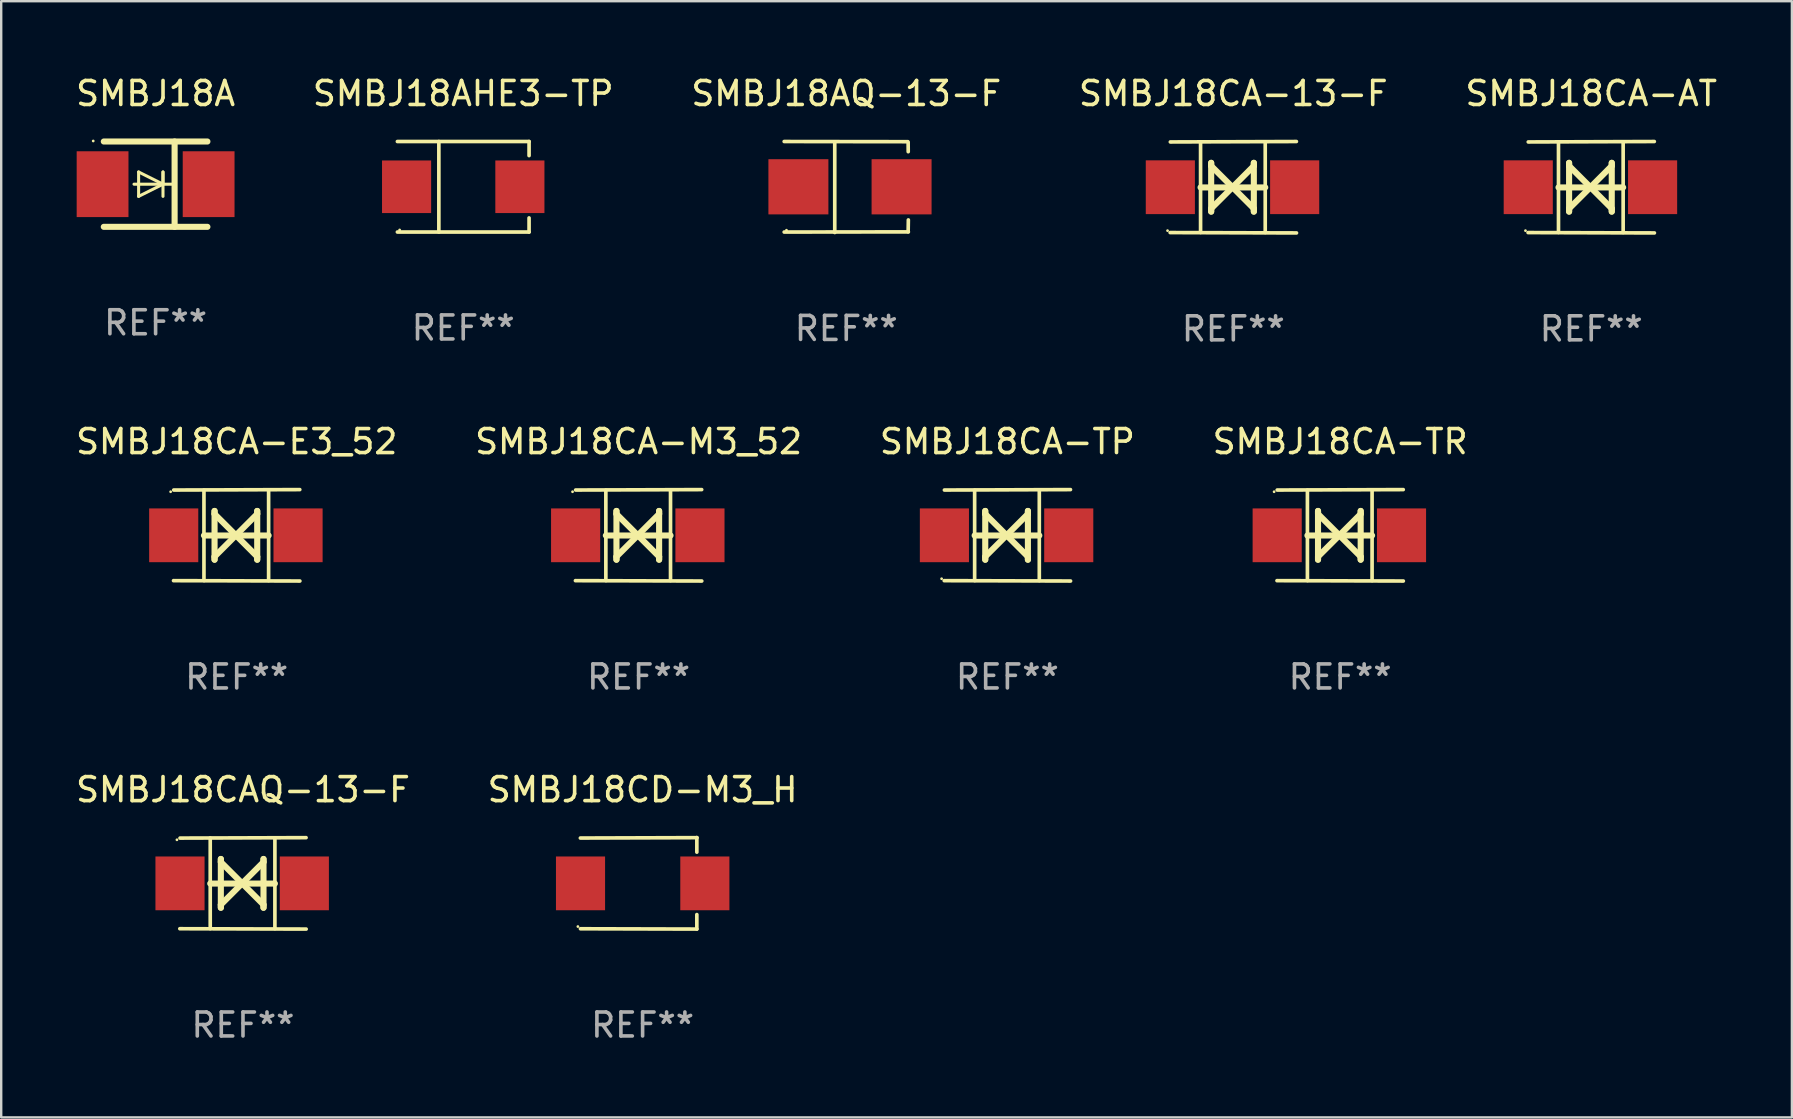
<source format=kicad_pcb>
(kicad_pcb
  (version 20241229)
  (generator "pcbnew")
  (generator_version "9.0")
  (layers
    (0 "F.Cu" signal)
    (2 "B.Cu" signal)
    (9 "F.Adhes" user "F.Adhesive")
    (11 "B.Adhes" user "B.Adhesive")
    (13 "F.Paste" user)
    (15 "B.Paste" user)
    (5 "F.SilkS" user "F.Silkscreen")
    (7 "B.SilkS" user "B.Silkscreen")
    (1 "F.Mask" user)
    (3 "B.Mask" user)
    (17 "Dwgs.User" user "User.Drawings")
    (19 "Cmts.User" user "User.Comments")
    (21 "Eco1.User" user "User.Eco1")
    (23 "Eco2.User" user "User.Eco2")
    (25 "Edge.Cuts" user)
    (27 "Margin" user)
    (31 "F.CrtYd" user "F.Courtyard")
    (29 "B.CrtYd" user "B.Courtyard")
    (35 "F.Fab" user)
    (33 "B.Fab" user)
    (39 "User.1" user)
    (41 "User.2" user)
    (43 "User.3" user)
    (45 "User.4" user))
  (footprint "SMBJ18CA-AT"
    (layer "F.Cu")
    (at 63.268 4.753)
    (property "Reference" "SMBJ18CA-AT" (at 0 -3.905 0) (layer "F.SilkS") (effects (font (size 1 1) (thickness 0.15))))
    (attr through_hole)
    (fp_line (start -1.365 1.886) (end -1.365 -1.886) (stroke (width 0.152) (type solid)) (layer "F.SilkS"))
    (fp_line (start -1.365 0.008) (end 1.33 0.008) (stroke (width 0.254) (type solid)) (layer "F.SilkS"))
    (fp_line (start -0.923 -1.016) (end -0.923 1.016) (stroke (width 0.254) (type solid)) (layer "F.SilkS"))
    (fp_line (start -0.923 -0.889) (end -0.923 -1.016) (stroke (width 0.254) (type solid)) (layer "F.SilkS"))
    (fp_line (start -0.923 0.889) (end -0.034 0) (stroke (width 0.254) (type solid)) (layer "F.SilkS"))
    (fp_line (start -0.923 1.016) (end -0.923 0.889) (stroke (width 0.254) (type solid)) (layer "F.SilkS"))
    (fp_line (start -0.034 0) (end -0.923 -0.889) (stroke (width 0.254) (type solid)) (layer "F.SilkS"))
    (fp_line (start -0.034 0) (end 0.855 0.889) (stroke (width 0.254) (type solid)) (layer "F.SilkS"))
    (fp_line (start 0.855 -1.016) (end 0.855 -0.889) (stroke (width 0.254) (type solid)) (layer "F.SilkS"))
    (fp_line (start 0.855 -0.889) (end -0.034 0) (stroke (width 0.254) (type solid)) (layer "F.SilkS"))
    (fp_line (start 0.855 0.889) (end 0.855 1.016) (stroke (width 0.254) (type solid)) (layer "F.SilkS"))
    (fp_line (start 0.855 1.016) (end 0.855 -1.016) (stroke (width 0.254) (type solid)) (layer "F.SilkS"))
    (fp_line (start 1.33 1.886) (end 1.33 -1.886) (stroke (width 0.152) (type solid)) (layer "F.SilkS"))
    (fp_line (start 2.629 -1.905) (end -2.625 -1.887) (stroke (width 0.152) (type solid)) (layer "F.SilkS"))
    (fp_line (start 2.633 1.905) (end -2.633 1.89) (stroke (width 0.152) (type solid)) (layer "F.SilkS"))
    (fp_circle (center -2.741 1.81) (end -2.711 1.81) (stroke (width 0.06) (type solid)) (fill no) (layer "F.SilkS"))
    (fp_text user "REF**" (at 0 5.905 0) (layer "F.Fab") (effects (font (size 1 1) (thickness 0.15))))
    (pad "1" smd rect (at -2.625 0) (size 2.047 2.241) (layers "F.Cu" "F.Mask" "F.Paste"))
    (pad "2" smd rect (at 2.557 0) (size 2.047 2.241) (layers "F.Cu" "F.Mask" "F.Paste")))
  (footprint "SMBJ18CA-13-F"
    (layer "F.Cu")
    (at 48.351 4.753)
    (property "Reference" "SMBJ18CA-13-F" (at 0 -3.905 0) (layer "F.SilkS") (effects (font (size 1 1) (thickness 0.15))))
    (attr through_hole)
    (fp_line (start -1.365 1.886) (end -1.365 -1.886) (stroke (width 0.152) (type solid)) (layer "F.SilkS"))
    (fp_line (start -1.365 0.008) (end 1.33 0.008) (stroke (width 0.254) (type solid)) (layer "F.SilkS"))
    (fp_line (start -0.923 -1.016) (end -0.923 1.016) (stroke (width 0.254) (type solid)) (layer "F.SilkS"))
    (fp_line (start -0.923 -0.889) (end -0.923 -1.016) (stroke (width 0.254) (type solid)) (layer "F.SilkS"))
    (fp_line (start -0.923 0.889) (end -0.034 0) (stroke (width 0.254) (type solid)) (layer "F.SilkS"))
    (fp_line (start -0.923 1.016) (end -0.923 0.889) (stroke (width 0.254) (type solid)) (layer "F.SilkS"))
    (fp_line (start -0.034 0) (end -0.923 -0.889) (stroke (width 0.254) (type solid)) (layer "F.SilkS"))
    (fp_line (start -0.034 0) (end 0.855 0.889) (stroke (width 0.254) (type solid)) (layer "F.SilkS"))
    (fp_line (start 0.855 -1.016) (end 0.855 -0.889) (stroke (width 0.254) (type solid)) (layer "F.SilkS"))
    (fp_line (start 0.855 -0.889) (end -0.034 0) (stroke (width 0.254) (type solid)) (layer "F.SilkS"))
    (fp_line (start 0.855 0.889) (end 0.855 1.016) (stroke (width 0.254) (type solid)) (layer "F.SilkS"))
    (fp_line (start 0.855 1.016) (end 0.855 -1.016) (stroke (width 0.254) (type solid)) (layer "F.SilkS"))
    (fp_line (start 1.33 1.886) (end 1.33 -1.886) (stroke (width 0.152) (type solid)) (layer "F.SilkS"))
    (fp_line (start 2.629 -1.905) (end -2.625 -1.887) (stroke (width 0.152) (type solid)) (layer "F.SilkS"))
    (fp_line (start 2.633 1.905) (end -2.633 1.89) (stroke (width 0.152) (type solid)) (layer "F.SilkS"))
    (fp_circle (center -2.741 1.81) (end -2.711 1.81) (stroke (width 0.06) (type solid)) (fill no) (layer "F.SilkS"))
    (fp_text user "REF**" (at 0 5.905 0) (layer "F.Fab") (effects (font (size 1 1) (thickness 0.15))))
    (pad "1" smd rect (at -2.625 0) (size 2.047 2.241) (layers "F.Cu" "F.Mask" "F.Paste"))
    (pad "2" smd rect (at 2.557 0) (size 2.047 2.241) (layers "F.Cu" "F.Mask" "F.Paste")))
  (footprint "SMBJ18CA-M3_52"
    (layer "F.Cu")
    (at 23.565 19.26)
    (property "Reference" "SMBJ18CA-M3_52" (at 0 -3.905 0) (layer "F.SilkS") (effects (font (size 1 1) (thickness 0.15))))
    (attr through_hole)
    (fp_line (start -1.365 1.886) (end -1.365 -1.886) (stroke (width 0.152) (type solid)) (layer "F.SilkS"))
    (fp_line (start -1.365 0.008) (end 1.33 0.008) (stroke (width 0.254) (type solid)) (layer "F.SilkS"))
    (fp_line (start -0.923 -1.016) (end -0.923 1.016) (stroke (width 0.254) (type solid)) (layer "F.SilkS"))
    (fp_line (start -0.923 -0.889) (end -0.923 -1.016) (stroke (width 0.254) (type solid)) (layer "F.SilkS"))
    (fp_line (start -0.923 0.889) (end -0.034 0) (stroke (width 0.254) (type solid)) (layer "F.SilkS"))
    (fp_line (start -0.923 1.016) (end -0.923 0.889) (stroke (width 0.254) (type solid)) (layer "F.SilkS"))
    (fp_line (start -0.034 0) (end -0.923 -0.889) (stroke (width 0.254) (type solid)) (layer "F.SilkS"))
    (fp_line (start -0.034 0) (end 0.855 0.889) (stroke (width 0.254) (type solid)) (layer "F.SilkS"))
    (fp_line (start 0.855 -1.016) (end 0.855 -0.889) (stroke (width 0.254) (type solid)) (layer "F.SilkS"))
    (fp_line (start 0.855 -0.889) (end -0.034 0) (stroke (width 0.254) (type solid)) (layer "F.SilkS"))
    (fp_line (start 0.855 0.889) (end 0.855 1.016) (stroke (width 0.254) (type solid)) (layer "F.SilkS"))
    (fp_line (start 0.855 1.016) (end 0.855 -1.016) (stroke (width 0.254) (type solid)) (layer "F.SilkS"))
    (fp_line (start 1.33 1.886) (end 1.33 -1.886) (stroke (width 0.152) (type solid)) (layer "F.SilkS"))
    (fp_line (start 2.629 -1.905) (end -2.625 -1.887) (stroke (width 0.152) (type solid)) (layer "F.SilkS"))
    (fp_line (start 2.633 1.905) (end -2.633 1.89) (stroke (width 0.152) (type solid)) (layer "F.SilkS"))
    (fp_circle (center -2.753 -1.816) (end -2.723 -1.816) (stroke (width 0.06) (type solid)) (fill no) (layer "F.SilkS"))
    (fp_text user "REF**" (at 0 5.905 0) (layer "F.Fab") (effects (font (size 1 1) (thickness 0.15))))
    (pad "1" smd rect (at -2.625 0) (size 2.047 2.241) (layers "F.Cu" "F.Mask" "F.Paste"))
    (pad "2" smd rect (at 2.557 0) (size 2.047 2.241) (layers "F.Cu" "F.Mask" "F.Paste")))
  (footprint "SMBJ18A"
    (layer "F.Cu")
    (at 3.435 4.626)
    (property "Reference" "SMBJ18A" (at 0 -3.778 0) (layer "F.SilkS") (effects (font (size 1 1) (thickness 0.15))))
    (attr through_hole)
    (fp_line (start -2.159 -1.778) (end 2.159 -1.778) (stroke (width 0.254) (type solid)) (layer "F.SilkS"))
    (fp_line (start -0.9 0) (end 0.816 0) (stroke (width 0.127) (type solid)) (layer "F.SilkS"))
    (fp_line (start -0.708 -0.508) (end -0.708 0.508) (stroke (width 0.127) (type solid)) (layer "F.SilkS"))
    (fp_line (start -0.708 0.508) (end 0.308 0) (stroke (width 0.127) (type solid)) (layer "F.SilkS"))
    (fp_line (start 0.308 -0.508) (end 0.308 0.508) (stroke (width 0.127) (type solid)) (layer "F.SilkS"))
    (fp_line (start 0.308 0) (end -0.708 -0.508) (stroke (width 0.127) (type solid)) (layer "F.SilkS"))
    (fp_line (start 0.308 0) (end 0.308 -0.508) (stroke (width 0.127) (type solid)) (layer "F.SilkS"))
    (fp_line (start 0.792 -1.778) (end 0.792 1.778) (stroke (width 0.254) (type solid)) (layer "F.SilkS"))
    (fp_line (start 2.159 1.778) (end -2.159 1.778) (stroke (width 0.254) (type solid)) (layer "F.SilkS"))
    (fp_circle (center -2.6 -1.8) (end -2.57 -1.8) (stroke (width 0.06) (type solid)) (fill no) (layer "F.SilkS"))
    (fp_text user "REF**" (at 0 5.778 0) (layer "F.Fab") (effects (font (size 1 1) (thickness 0.15))))
    (pad "1" smd rect (at -2.21 0) (size 2.159 2.743) (layers "F.Cu" "F.Mask" "F.Paste"))
    (pad "2" smd rect (at 2.21 0) (size 2.159 2.743) (layers "F.Cu" "F.Mask" "F.Paste")))
  (footprint "SMBJ18CA-TR"
    (layer "F.Cu")
    (at 52.804 19.26)
    (property "Reference" "SMBJ18CA-TR" (at 0 -3.905 0) (layer "F.SilkS") (effects (font (size 1 1) (thickness 0.15))))
    (attr through_hole)
    (fp_line (start -1.365 1.886) (end -1.365 -1.886) (stroke (width 0.152) (type solid)) (layer "F.SilkS"))
    (fp_line (start -1.365 0.008) (end 1.33 0.008) (stroke (width 0.254) (type solid)) (layer "F.SilkS"))
    (fp_line (start -0.923 -1.016) (end -0.923 1.016) (stroke (width 0.254) (type solid)) (layer "F.SilkS"))
    (fp_line (start -0.923 -0.889) (end -0.923 -1.016) (stroke (width 0.254) (type solid)) (layer "F.SilkS"))
    (fp_line (start -0.923 0.889) (end -0.034 0) (stroke (width 0.254) (type solid)) (layer "F.SilkS"))
    (fp_line (start -0.923 1.016) (end -0.923 0.889) (stroke (width 0.254) (type solid)) (layer "F.SilkS"))
    (fp_line (start -0.034 0) (end -0.923 -0.889) (stroke (width 0.254) (type solid)) (layer "F.SilkS"))
    (fp_line (start -0.034 0) (end 0.855 0.889) (stroke (width 0.254) (type solid)) (layer "F.SilkS"))
    (fp_line (start 0.855 -1.016) (end 0.855 -0.889) (stroke (width 0.254) (type solid)) (layer "F.SilkS"))
    (fp_line (start 0.855 -0.889) (end -0.034 0) (stroke (width 0.254) (type solid)) (layer "F.SilkS"))
    (fp_line (start 0.855 0.889) (end 0.855 1.016) (stroke (width 0.254) (type solid)) (layer "F.SilkS"))
    (fp_line (start 0.855 1.016) (end 0.855 -1.016) (stroke (width 0.254) (type solid)) (layer "F.SilkS"))
    (fp_line (start 1.33 1.886) (end 1.33 -1.886) (stroke (width 0.152) (type solid)) (layer "F.SilkS"))
    (fp_line (start 2.629 -1.905) (end -2.625 -1.887) (stroke (width 0.152) (type solid)) (layer "F.SilkS"))
    (fp_line (start 2.633 1.905) (end -2.633 1.89) (stroke (width 0.152) (type solid)) (layer "F.SilkS"))
    (fp_circle (center -2.753 -1.816) (end -2.723 -1.816) (stroke (width 0.06) (type solid)) (fill no) (layer "F.SilkS"))
    (fp_text user "REF**" (at 0 5.905 0) (layer "F.Fab") (effects (font (size 1 1) (thickness 0.15))))
    (pad "1" smd rect (at -2.625 0) (size 2.047 2.241) (layers "F.Cu" "F.Mask" "F.Paste"))
    (pad "2" smd rect (at 2.557 0) (size 2.047 2.241) (layers "F.Cu" "F.Mask" "F.Paste")))
  (footprint "SMBJ18AHE3-TP"
    (layer "F.Cu")
    (at 16.256 4.734)
    (property "Reference" "SMBJ18AHE3-TP" (at 0 -3.886 0) (layer "F.SilkS") (effects (font (size 1 1) (thickness 0.15))))
    (attr through_hole)
    (fp_line (start -2.744 -1.886) (end 2.744 -1.886) (stroke (width 0.152) (type solid)) (layer "F.SilkS"))
    (fp_line (start -2.744 1.886) (end 2.744 1.886) (stroke (width 0.152) (type solid)) (layer "F.SilkS"))
    (fp_line (start -1.016 -1.886) (end -1.016 1.886) (stroke (width 0.152) (type solid)) (layer "F.SilkS"))
    (fp_line (start 2.744 -1.886) (end 2.744 -1.299) (stroke (width 0.152) (type solid)) (layer "F.SilkS"))
    (fp_line (start 2.744 1.886) (end 2.744 1.299) (stroke (width 0.152) (type solid)) (layer "F.SilkS"))
    (fp_circle (center -2.65 1.8) (end -2.62 1.8) (stroke (width 0.06) (type solid)) (fill no) (layer "F.SilkS"))
    (fp_text user "REF**" (at 0 5.886 0) (layer "F.Fab") (effects (font (size 1 1) (thickness 0.15))))
    (pad "1" smd rect (at -2.361 0) (size 2.047 2.192) (layers "F.Cu" "F.Mask" "F.Paste"))
    (pad "2" smd rect (at 2.361 0) (size 2.047 2.192) (layers "F.Cu" "F.Mask" "F.Paste")))
  (footprint "SMBJ18AQ-13-F"
    (layer "F.Cu")
    (at 32.22 4.744)
    (property "Reference" "SMBJ18AQ-13-F" (at 0 -3.896 0) (layer "F.SilkS") (effects (font (size 1 1) (thickness 0.15))))
    (attr through_hole)
    (fp_line (start -2.588 -1.896) (end 2.568 -1.889) (stroke (width 0.152) (type solid)) (layer "F.SilkS"))
    (fp_line (start -2.588 1.877) (end 2.588 1.87) (stroke (width 0.152) (type solid)) (layer "F.SilkS"))
    (fp_line (start -0.48 1.896) (end -0.48 -1.871) (stroke (width 0.152) (type solid)) (layer "F.SilkS"))
    (fp_line (start 2.579 -1.849) (end 2.582 -1.472) (stroke (width 0.152) (type solid)) (layer "F.SilkS"))
    (fp_line (start 2.579 1.867) (end 2.587 1.372) (stroke (width 0.152) (type solid)) (layer "F.SilkS"))
    (fp_circle (center -2.492 1.801) (end -2.462 1.801) (stroke (width 0.06) (type solid)) (fill no) (layer "F.SilkS"))
    (fp_text user "REF**" (at 0 5.896 0) (layer "F.Fab") (effects (font (size 1 1) (thickness 0.15))))
    (pad "1" smd rect (at -1.995 -0.009) (size 2.5 2.3) (layers "F.Cu" "F.Mask" "F.Paste"))
    (pad "2" smd rect (at 2.305 -0.009) (size 2.5 2.3) (layers "F.Cu" "F.Mask" "F.Paste")))
  (footprint "SMBJ18CA-TP"
    (layer "F.Cu")
    (at 38.935 19.26)
    (property "Reference" "SMBJ18CA-TP" (at 0 -3.905 0) (layer "F.SilkS") (effects (font (size 1 1) (thickness 0.15))))
    (attr through_hole)
    (fp_line (start -1.365 1.886) (end -1.365 -1.886) (stroke (width 0.152) (type solid)) (layer "F.SilkS"))
    (fp_line (start -1.365 0.008) (end 1.33 0.008) (stroke (width 0.254) (type solid)) (layer "F.SilkS"))
    (fp_line (start -0.923 -1.016) (end -0.923 1.016) (stroke (width 0.254) (type solid)) (layer "F.SilkS"))
    (fp_line (start -0.923 -0.889) (end -0.923 -1.016) (stroke (width 0.254) (type solid)) (layer "F.SilkS"))
    (fp_line (start -0.923 0.889) (end -0.034 0) (stroke (width 0.254) (type solid)) (layer "F.SilkS"))
    (fp_line (start -0.923 1.016) (end -0.923 0.889) (stroke (width 0.254) (type solid)) (layer "F.SilkS"))
    (fp_line (start -0.034 0) (end -0.923 -0.889) (stroke (width 0.254) (type solid)) (layer "F.SilkS"))
    (fp_line (start -0.034 0) (end 0.855 0.889) (stroke (width 0.254) (type solid)) (layer "F.SilkS"))
    (fp_line (start 0.855 -1.016) (end 0.855 -0.889) (stroke (width 0.254) (type solid)) (layer "F.SilkS"))
    (fp_line (start 0.855 -0.889) (end -0.034 0) (stroke (width 0.254) (type solid)) (layer "F.SilkS"))
    (fp_line (start 0.855 0.889) (end 0.855 1.016) (stroke (width 0.254) (type solid)) (layer "F.SilkS"))
    (fp_line (start 0.855 1.016) (end 0.855 -1.016) (stroke (width 0.254) (type solid)) (layer "F.SilkS"))
    (fp_line (start 1.33 1.886) (end 1.33 -1.886) (stroke (width 0.152) (type solid)) (layer "F.SilkS"))
    (fp_line (start 2.629 -1.905) (end -2.625 -1.887) (stroke (width 0.152) (type solid)) (layer "F.SilkS"))
    (fp_line (start 2.633 1.905) (end -2.633 1.89) (stroke (width 0.152) (type solid)) (layer "F.SilkS"))
    (fp_circle (center -2.741 1.81) (end -2.711 1.81) (stroke (width 0.06) (type solid)) (fill no) (layer "F.SilkS"))
    (fp_text user "REF**" (at 0 5.905 0) (layer "F.Fab") (effects (font (size 1 1) (thickness 0.15))))
    (pad "1" smd rect (at -2.625 0) (size 2.047 2.241) (layers "F.Cu" "F.Mask" "F.Paste"))
    (pad "2" smd rect (at 2.557 0) (size 2.047 2.241) (layers "F.Cu" "F.Mask" "F.Paste")))
  (footprint "SMBJ18CAQ-13-F"
    (layer "F.Cu")
    (at 7.077 33.766)
    (property "Reference" "SMBJ18CAQ-13-F" (at 0 -3.905 0) (layer "F.SilkS") (effects (font (size 1 1) (thickness 0.15))))
    (attr through_hole)
    (fp_line (start -1.365 1.886) (end -1.365 -1.886) (stroke (width 0.152) (type solid)) (layer "F.SilkS"))
    (fp_line (start -1.365 0.008) (end 1.33 0.008) (stroke (width 0.254) (type solid)) (layer "F.SilkS"))
    (fp_line (start -0.923 -1.016) (end -0.923 1.016) (stroke (width 0.254) (type solid)) (layer "F.SilkS"))
    (fp_line (start -0.923 -0.889) (end -0.923 -1.016) (stroke (width 0.254) (type solid)) (layer "F.SilkS"))
    (fp_line (start -0.923 0.889) (end -0.034 0) (stroke (width 0.254) (type solid)) (layer "F.SilkS"))
    (fp_line (start -0.923 1.016) (end -0.923 0.889) (stroke (width 0.254) (type solid)) (layer "F.SilkS"))
    (fp_line (start -0.034 0) (end -0.923 -0.889) (stroke (width 0.254) (type solid)) (layer "F.SilkS"))
    (fp_line (start -0.034 0) (end 0.855 0.889) (stroke (width 0.254) (type solid)) (layer "F.SilkS"))
    (fp_line (start 0.855 -1.016) (end 0.855 -0.889) (stroke (width 0.254) (type solid)) (layer "F.SilkS"))
    (fp_line (start 0.855 -0.889) (end -0.034 0) (stroke (width 0.254) (type solid)) (layer "F.SilkS"))
    (fp_line (start 0.855 0.889) (end 0.855 1.016) (stroke (width 0.254) (type solid)) (layer "F.SilkS"))
    (fp_line (start 0.855 1.016) (end 0.855 -1.016) (stroke (width 0.254) (type solid)) (layer "F.SilkS"))
    (fp_line (start 1.33 1.886) (end 1.33 -1.886) (stroke (width 0.152) (type solid)) (layer "F.SilkS"))
    (fp_line (start 2.629 -1.905) (end -2.625 -1.887) (stroke (width 0.152) (type solid)) (layer "F.SilkS"))
    (fp_line (start 2.633 1.905) (end -2.633 1.89) (stroke (width 0.152) (type solid)) (layer "F.SilkS"))
    (fp_circle (center -2.753 -1.816) (end -2.723 -1.816) (stroke (width 0.06) (type solid)) (fill no) (layer "F.SilkS"))
    (fp_text user "REF**" (at 0 5.905 0) (layer "F.Fab") (effects (font (size 1 1) (thickness 0.15))))
    (pad "1" smd rect (at -2.625 0) (size 2.047 2.241) (layers "F.Cu" "F.Mask" "F.Paste"))
    (pad "2" smd rect (at 2.557 0) (size 2.047 2.241) (layers "F.Cu" "F.Mask" "F.Paste")))
  (footprint "SMBJ18CA-E3_52"
    (layer "F.Cu")
    (at 6.815 19.26)
    (property "Reference" "SMBJ18CA-E3_52" (at 0 -3.905 0) (layer "F.SilkS") (effects (font (size 1 1) (thickness 0.15))))
    (attr through_hole)
    (fp_line (start -1.365 1.886) (end -1.365 -1.886) (stroke (width 0.152) (type solid)) (layer "F.SilkS"))
    (fp_line (start -1.365 0.008) (end 1.33 0.008) (stroke (width 0.254) (type solid)) (layer "F.SilkS"))
    (fp_line (start -0.923 -1.016) (end -0.923 1.016) (stroke (width 0.254) (type solid)) (layer "F.SilkS"))
    (fp_line (start -0.923 -0.889) (end -0.923 -1.016) (stroke (width 0.254) (type solid)) (layer "F.SilkS"))
    (fp_line (start -0.923 0.889) (end -0.034 0) (stroke (width 0.254) (type solid)) (layer "F.SilkS"))
    (fp_line (start -0.923 1.016) (end -0.923 0.889) (stroke (width 0.254) (type solid)) (layer "F.SilkS"))
    (fp_line (start -0.034 0) (end -0.923 -0.889) (stroke (width 0.254) (type solid)) (layer "F.SilkS"))
    (fp_line (start -0.034 0) (end 0.855 0.889) (stroke (width 0.254) (type solid)) (layer "F.SilkS"))
    (fp_line (start 0.855 -1.016) (end 0.855 -0.889) (stroke (width 0.254) (type solid)) (layer "F.SilkS"))
    (fp_line (start 0.855 -0.889) (end -0.034 0) (stroke (width 0.254) (type solid)) (layer "F.SilkS"))
    (fp_line (start 0.855 0.889) (end 0.855 1.016) (stroke (width 0.254) (type solid)) (layer "F.SilkS"))
    (fp_line (start 0.855 1.016) (end 0.855 -1.016) (stroke (width 0.254) (type solid)) (layer "F.SilkS"))
    (fp_line (start 1.33 1.886) (end 1.33 -1.886) (stroke (width 0.152) (type solid)) (layer "F.SilkS"))
    (fp_line (start 2.629 -1.905) (end -2.625 -1.887) (stroke (width 0.152) (type solid)) (layer "F.SilkS"))
    (fp_line (start 2.633 1.905) (end -2.633 1.89) (stroke (width 0.152) (type solid)) (layer "F.SilkS"))
    (fp_circle (center -2.753 -1.816) (end -2.723 -1.816) (stroke (width 0.06) (type solid)) (fill no) (layer "F.SilkS"))
    (fp_text user "REF**" (at 0 5.905 0) (layer "F.Fab") (effects (font (size 1 1) (thickness 0.15))))
    (pad "1" smd rect (at -2.625 0) (size 2.047 2.241) (layers "F.Cu" "F.Mask" "F.Paste"))
    (pad "2" smd rect (at 2.557 0) (size 2.047 2.241) (layers "F.Cu" "F.Mask" "F.Paste")))
  (footprint "SMBJ18CD-M3_H"
    (layer "F.Cu")
    (at 23.732 33.766)
    (property "Reference" "SMBJ18CD-M3_H" (at 0 -3.905 0) (layer "F.SilkS") (effects (font (size 1 1) (thickness 0.15))))
    (attr through_hole)
    (fp_line (start 2.256 -1.905) (end -2.594 -1.889) (stroke (width 0.152) (type solid)) (layer "F.SilkS"))
    (fp_line (start 2.256 -1.905) (end 2.26 -1.905) (stroke (width 0.152) (type solid)) (layer "F.SilkS"))
    (fp_line (start 2.26 -1.905) (end 2.26 -1.301) (stroke (width 0.152) (type solid)) (layer "F.SilkS"))
    (fp_line (start 2.26 1.301) (end 2.26 1.905) (stroke (width 0.152) (type solid)) (layer "F.SilkS"))
    (fp_line (start 2.26 1.905) (end -2.59 1.892) (stroke (width 0.152) (type solid)) (layer "F.SilkS"))
    (fp_circle (center -2.697 1.8) (end -2.667 1.8) (stroke (width 0.06) (type solid)) (fill no) (layer "F.SilkS"))
    (fp_text user "REF**" (at 0 5.905 0) (layer "F.Fab") (effects (font (size 1 1) (thickness 0.15))))
    (pad "1" smd rect (at -2.588 0) (size 2.047 2.241) (layers "F.Cu" "F.Mask" "F.Paste"))
    (pad "2" smd rect (at 2.594 0) (size 2.047 2.241) (layers "F.Cu" "F.Mask" "F.Paste")))
  (gr_rect
    (start -3 -3)
    (end 71.631 43.52)
    (stroke (width 0.1) (type default))
    (fill no)
    (layer "Edge.Cuts")))
</source>
